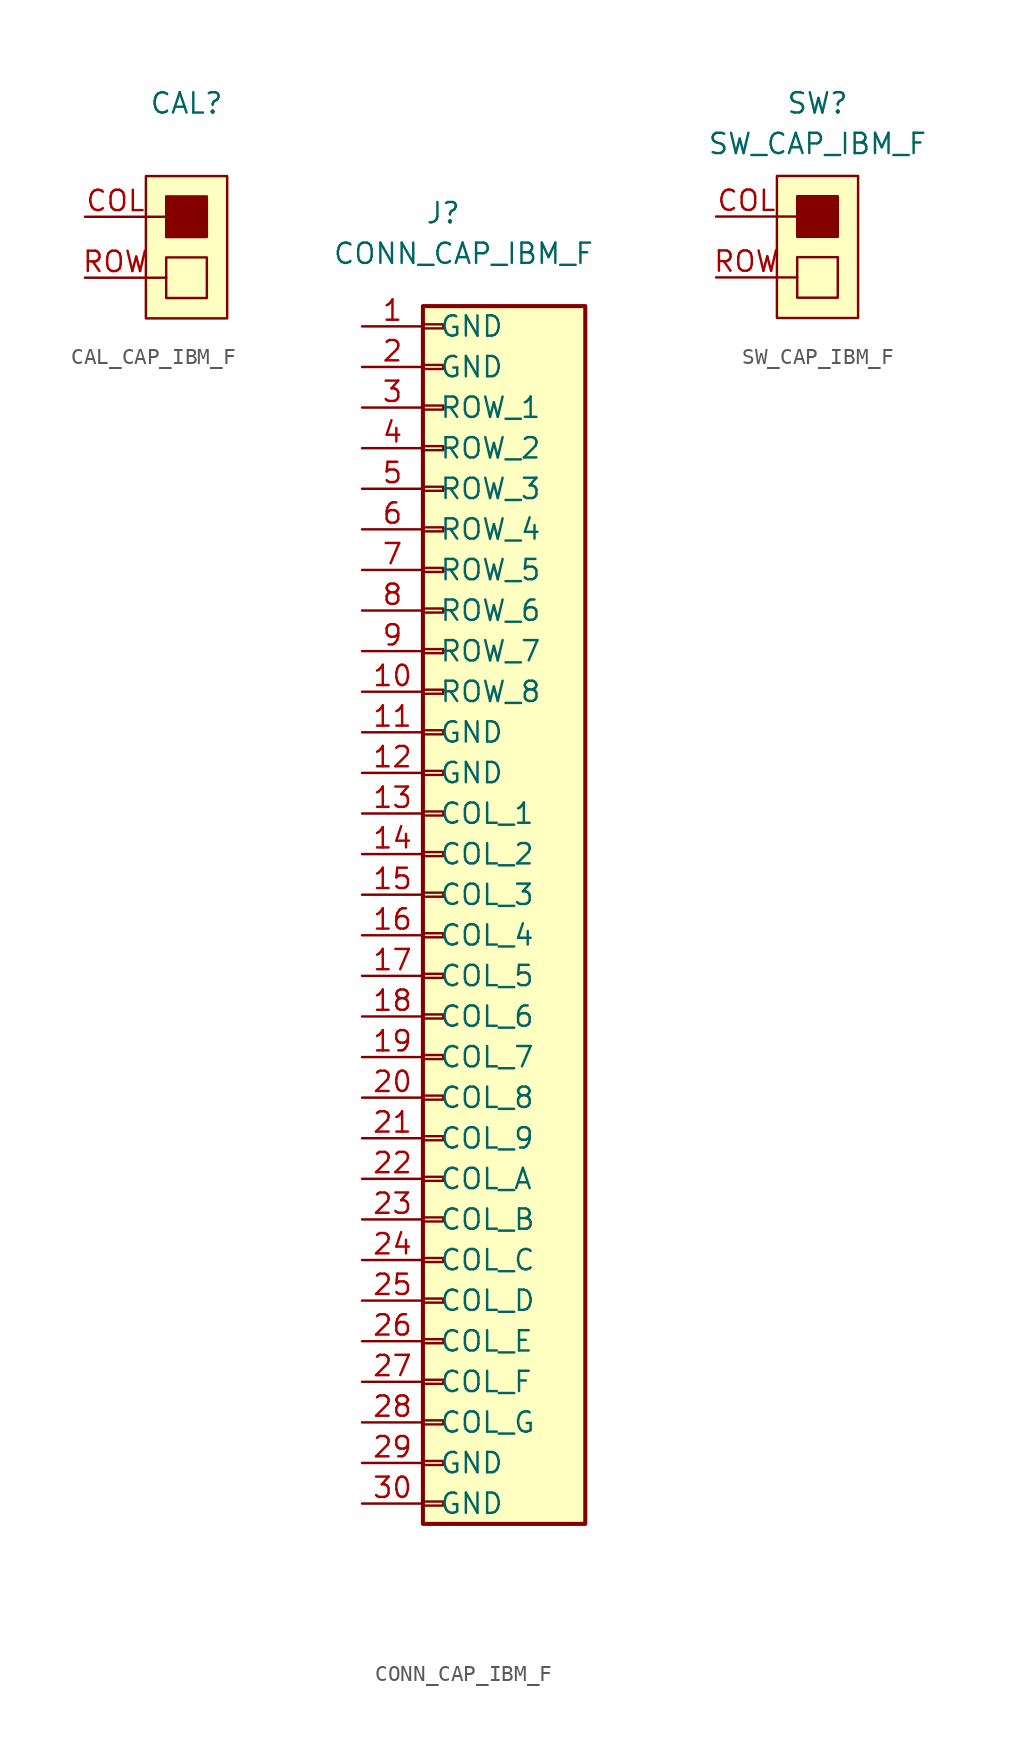
<source format=kicad_sym>
(kicad_symbol_lib
  (version 20220914)
  (generator kicad_symbol_editor)
  (symbol "CAL_CAP_IBM_F"
    (pin_names
      (offset 1.016))
    (property "Reference" "CAL"
      (at 0 6.35 0)
      (effects (font (size 1.27 1.27)) (justify bottom)))
    (symbol "CAL_CAP_IBM_F_0_1"
      (rectangle (start -2.54 2.54) (end 2.54 -6.35) (stroke (width 0) (type solid)) (fill (type background)))
      (rectangle (start -1.27 -2.54) (end 1.27 -5.08) (stroke (width 0) (type solid)) (fill (type background)))
      (rectangle (start -1.27 1.27) (end 1.27 -1.27) (stroke (width 0) (type solid)) (fill (type outline)))
      (polyline (pts (xy -2.54 -3.81) (xy -1.27 -3.81)) (stroke (width 0) (type solid)) (fill (type none)))
      (polyline (pts (xy -1.27 0) (xy -2.54 0)) (stroke (width 0) (type solid)) (fill (type none))))
    (symbol "CAL_CAP_IBM_F_1_1"
      (pin passive line (at -6.35 0 0) (length 3.81) (name "~" (effects (font (size 1.27 1.27)))) (number "COL" (effects (font (size 1.27 1.27)))))
      (pin passive line (at -6.35 -3.81 0) (length 3.81) (name "~" (effects (font (size 1.27 1.27)))) (number "ROW" (effects (font (size 1.27 1.27)))))))
  (symbol "CONN_CAP_IBM_F"
    (pin_names
      (offset 1.016))
    (property "Reference" "J"
      (at -3.81 41.91 0)
      (effects (font (size 1.27 1.27)) (justify bottom)))
    (property "Value" "CONN_CAP_IBM_F"
      (at -2.54 39.37 0)
      (effects (font (size 1.27 1.27)) (justify bottom)))
    (symbol "CONN_CAP_IBM_F_1_1"
      (rectangle (start -5.08 -37.973) (end -3.81 -38.227) (stroke (width 0.152) (type solid)) (fill (type none)))
      (rectangle (start -5.08 -35.433) (end -3.81 -35.687) (stroke (width 0.152) (type solid)) (fill (type none)))
      (rectangle (start -5.08 -32.893) (end -3.81 -33.147) (stroke (width 0.152) (type solid)) (fill (type none)))
      (rectangle (start -5.08 -30.353) (end -3.81 -30.607) (stroke (width 0.152) (type solid)) (fill (type none)))
      (rectangle (start -5.08 -27.813) (end -3.81 -28.067) (stroke (width 0.152) (type solid)) (fill (type none)))
      (rectangle (start -5.08 -25.273) (end -3.81 -25.527) (stroke (width 0.152) (type solid)) (fill (type none)))
      (rectangle (start -5.08 -22.733) (end -3.81 -22.987) (stroke (width 0.152) (type solid)) (fill (type none)))
      (rectangle (start -5.08 -20.193) (end -3.81 -20.447) (stroke (width 0.152) (type solid)) (fill (type none)))
      (rectangle (start -5.08 -17.653) (end -3.81 -17.907) (stroke (width 0.152) (type solid)) (fill (type none)))
      (rectangle (start -5.08 -15.113) (end -3.81 -15.367) (stroke (width 0.152) (type solid)) (fill (type none)))
      (rectangle (start -5.08 -12.573) (end -3.81 -12.827) (stroke (width 0.152) (type solid)) (fill (type none)))
      (rectangle (start -5.08 -10.033) (end -3.81 -10.287) (stroke (width 0.152) (type solid)) (fill (type none)))
      (rectangle (start -5.08 -7.493) (end -3.81 -7.747) (stroke (width 0.152) (type solid)) (fill (type none)))
      (rectangle (start -5.08 -4.953) (end -3.81 -5.207) (stroke (width 0.152) (type solid)) (fill (type none)))
      (rectangle (start -5.08 -2.413) (end -3.81 -2.667) (stroke (width 0.152) (type solid)) (fill (type none)))
      (rectangle (start -5.08 0.127) (end -3.81 -0.127) (stroke (width 0.152) (type solid)) (fill (type none)))
      (rectangle (start -5.08 2.667) (end -3.81 2.413) (stroke (width 0.152) (type solid)) (fill (type none)))
      (rectangle (start -5.08 5.207) (end -3.81 4.953) (stroke (width 0.152) (type solid)) (fill (type none)))
      (rectangle (start -5.08 7.747) (end -3.81 7.493) (stroke (width 0.152) (type solid)) (fill (type none)))
      (rectangle (start -5.08 10.287) (end -3.81 10.033) (stroke (width 0.152) (type solid)) (fill (type none)))
      (rectangle (start -5.08 12.827) (end -3.81 12.573) (stroke (width 0.152) (type solid)) (fill (type none)))
      (rectangle (start -5.08 15.367) (end -3.81 15.113) (stroke (width 0.152) (type solid)) (fill (type none)))
      (rectangle (start -5.08 17.907) (end -3.81 17.653) (stroke (width 0.152) (type solid)) (fill (type none)))
      (rectangle (start -5.08 20.447) (end -3.81 20.193) (stroke (width 0.152) (type solid)) (fill (type none)))
      (rectangle (start -5.08 22.987) (end -3.81 22.733) (stroke (width 0.152) (type solid)) (fill (type none)))
      (rectangle (start -5.08 25.527) (end -3.81 25.273) (stroke (width 0.152) (type solid)) (fill (type none)))
      (rectangle (start -5.08 28.067) (end -3.81 27.813) (stroke (width 0.152) (type solid)) (fill (type none)))
      (rectangle (start -5.08 30.607) (end -3.81 30.353) (stroke (width 0.152) (type solid)) (fill (type none)))
      (rectangle (start -5.08 33.147) (end -3.81 32.893) (stroke (width 0.152) (type solid)) (fill (type none)))
      (rectangle (start -5.08 35.687) (end -3.81 35.433) (stroke (width 0.152) (type solid)) (fill (type none)))
      (rectangle (start -5.08 36.83) (end 5.08 -39.37) (stroke (width 0.254) (type solid)) (fill (type background)))
      (pin passive line (at -8.89 35.56 0) (length 3.81) (name "GND" (effects (font (size 1.27 1.27)))) (number "1" (effects (font (size 1.27 1.27)))))
      (pin passive line (at -8.89 12.7 0) (length 3.81) (name "ROW_8" (effects (font (size 1.27 1.27)))) (number "10" (effects (font (size 1.27 1.27)))))
      (pin passive line (at -8.89 10.16 0) (length 3.81) (name "GND" (effects (font (size 1.27 1.27)))) (number "11" (effects (font (size 1.27 1.27)))))
      (pin passive line (at -8.89 7.62 0) (length 3.81) (name "GND" (effects (font (size 1.27 1.27)))) (number "12" (effects (font (size 1.27 1.27)))))
      (pin passive line (at -8.89 5.08 0) (length 3.81) (name "COL_1" (effects (font (size 1.27 1.27)))) (number "13" (effects (font (size 1.27 1.27)))))
      (pin passive line (at -8.89 2.54 0) (length 3.81) (name "COL_2" (effects (font (size 1.27 1.27)))) (number "14" (effects (font (size 1.27 1.27)))))
      (pin passive line (at -8.89 0 0) (length 3.81) (name "COL_3" (effects (font (size 1.27 1.27)))) (number "15" (effects (font (size 1.27 1.27)))))
      (pin passive line (at -8.89 -2.54 0) (length 3.81) (name "COL_4" (effects (font (size 1.27 1.27)))) (number "16" (effects (font (size 1.27 1.27)))))
      (pin passive line (at -8.89 -5.08 0) (length 3.81) (name "COL_5" (effects (font (size 1.27 1.27)))) (number "17" (effects (font (size 1.27 1.27)))))
      (pin passive line (at -8.89 -7.62 0) (length 3.81) (name "COL_6" (effects (font (size 1.27 1.27)))) (number "18" (effects (font (size 1.27 1.27)))))
      (pin passive line (at -8.89 -10.16 0) (length 3.81) (name "COL_7" (effects (font (size 1.27 1.27)))) (number "19" (effects (font (size 1.27 1.27)))))
      (pin passive line (at -8.89 33.02 0) (length 3.81) (name "GND" (effects (font (size 1.27 1.27)))) (number "2" (effects (font (size 1.27 1.27)))))
      (pin passive line (at -8.89 -12.7 0) (length 3.81) (name "COL_8" (effects (font (size 1.27 1.27)))) (number "20" (effects (font (size 1.27 1.27)))))
      (pin passive line (at -8.89 -15.24 0) (length 3.81) (name "COL_9" (effects (font (size 1.27 1.27)))) (number "21" (effects (font (size 1.27 1.27)))))
      (pin passive line (at -8.89 -17.78 0) (length 3.81) (name "COL_A" (effects (font (size 1.27 1.27)))) (number "22" (effects (font (size 1.27 1.27)))))
      (pin passive line (at -8.89 -20.32 0) (length 3.81) (name "COL_B" (effects (font (size 1.27 1.27)))) (number "23" (effects (font (size 1.27 1.27)))))
      (pin passive line (at -8.89 -22.86 0) (length 3.81) (name "COL_C" (effects (font (size 1.27 1.27)))) (number "24" (effects (font (size 1.27 1.27)))))
      (pin passive line (at -8.89 -25.4 0) (length 3.81) (name "COL_D" (effects (font (size 1.27 1.27)))) (number "25" (effects (font (size 1.27 1.27)))))
      (pin passive line (at -8.89 -27.94 0) (length 3.81) (name "COL_E" (effects (font (size 1.27 1.27)))) (number "26" (effects (font (size 1.27 1.27)))))
      (pin passive line (at -8.89 -30.48 0) (length 3.81) (name "COL_F" (effects (font (size 1.27 1.27)))) (number "27" (effects (font (size 1.27 1.27)))))
      (pin passive line (at -8.89 -33.02 0) (length 3.81) (name "COL_G" (effects (font (size 1.27 1.27)))) (number "28" (effects (font (size 1.27 1.27)))))
      (pin passive line (at -8.89 -35.56 0) (length 3.81) (name "GND" (effects (font (size 1.27 1.27)))) (number "29" (effects (font (size 1.27 1.27)))))
      (pin passive line (at -8.89 30.48 0) (length 3.81) (name "ROW_1" (effects (font (size 1.27 1.27)))) (number "3" (effects (font (size 1.27 1.27)))))
      (pin passive line (at -8.89 -38.1 0) (length 3.81) (name "GND" (effects (font (size 1.27 1.27)))) (number "30" (effects (font (size 1.27 1.27)))))
      (pin passive line (at -8.89 27.94 0) (length 3.81) (name "ROW_2" (effects (font (size 1.27 1.27)))) (number "4" (effects (font (size 1.27 1.27)))))
      (pin passive line (at -8.89 25.4 0) (length 3.81) (name "ROW_3" (effects (font (size 1.27 1.27)))) (number "5" (effects (font (size 1.27 1.27)))))
      (pin passive line (at -8.89 22.86 0) (length 3.81) (name "ROW_4" (effects (font (size 1.27 1.27)))) (number "6" (effects (font (size 1.27 1.27)))))
      (pin passive line (at -8.89 20.32 0) (length 3.81) (name "ROW_5" (effects (font (size 1.27 1.27)))) (number "7" (effects (font (size 1.27 1.27)))))
      (pin passive line (at -8.89 17.78 0) (length 3.81) (name "ROW_6" (effects (font (size 1.27 1.27)))) (number "8" (effects (font (size 1.27 1.27)))))
      (pin passive line (at -8.89 15.24 0) (length 3.81) (name "ROW_7" (effects (font (size 1.27 1.27)))) (number "9" (effects (font (size 1.27 1.27)))))))
  (symbol "SW_CAP_IBM_F"
    (pin_names
      (offset 1.016))
    (property "Reference" "SW"
      (at 0 6.35 0)
      (effects (font (size 1.27 1.27)) (justify bottom)))
    (property "Value" "SW_CAP_IBM_F"
      (at 0 3.81 0)
      (effects (font (size 1.27 1.27)) (justify bottom)))
    (symbol "SW_CAP_IBM_F_0_1"
      (rectangle (start -2.54 2.54) (end 2.54 -6.35) (stroke (width 0) (type solid)) (fill (type background)))
      (rectangle (start -1.27 -2.54) (end 1.27 -5.08) (stroke (width 0) (type solid)) (fill (type background)))
      (rectangle (start -1.27 1.27) (end 1.27 -1.27) (stroke (width 0) (type solid)) (fill (type outline)))
      (polyline (pts (xy -2.54 -3.81) (xy -1.27 -3.81)) (stroke (width 0) (type solid)) (fill (type none)))
      (polyline (pts (xy -1.27 0) (xy -2.54 0)) (stroke (width 0) (type solid)) (fill (type none))))
    (symbol "SW_CAP_IBM_F_1_1"
      (pin no_connect line (at 6.35 -2.54 180) (length 3.81) hide (name "~" (effects (font (size 1.27 1.27)))) (number "A" (effects (font (size 1.27 1.27)))))
      (pin no_connect line (at 6.35 -5.08 180) (length 3.81) hide (name "~" (effects (font (size 1.27 1.27)))) (number "B" (effects (font (size 1.27 1.27)))))
      (pin passive line (at -6.35 0 0) (length 3.81) (name "~" (effects (font (size 1.27 1.27)))) (number "COL" (effects (font (size 1.27 1.27)))))
      (pin no_connect line (at 6.35 0 180) (length 3.81) hide (name "~" (effects (font (size 1.27 1.27)))) (number "REF" (effects (font (size 1.27 1.27)))))
      (pin passive line (at -6.35 -3.81 0) (length 3.81) (name "~" (effects (font (size 1.27 1.27)))) (number "ROW" (effects (font (size 1.27 1.27))))))))
</source>
